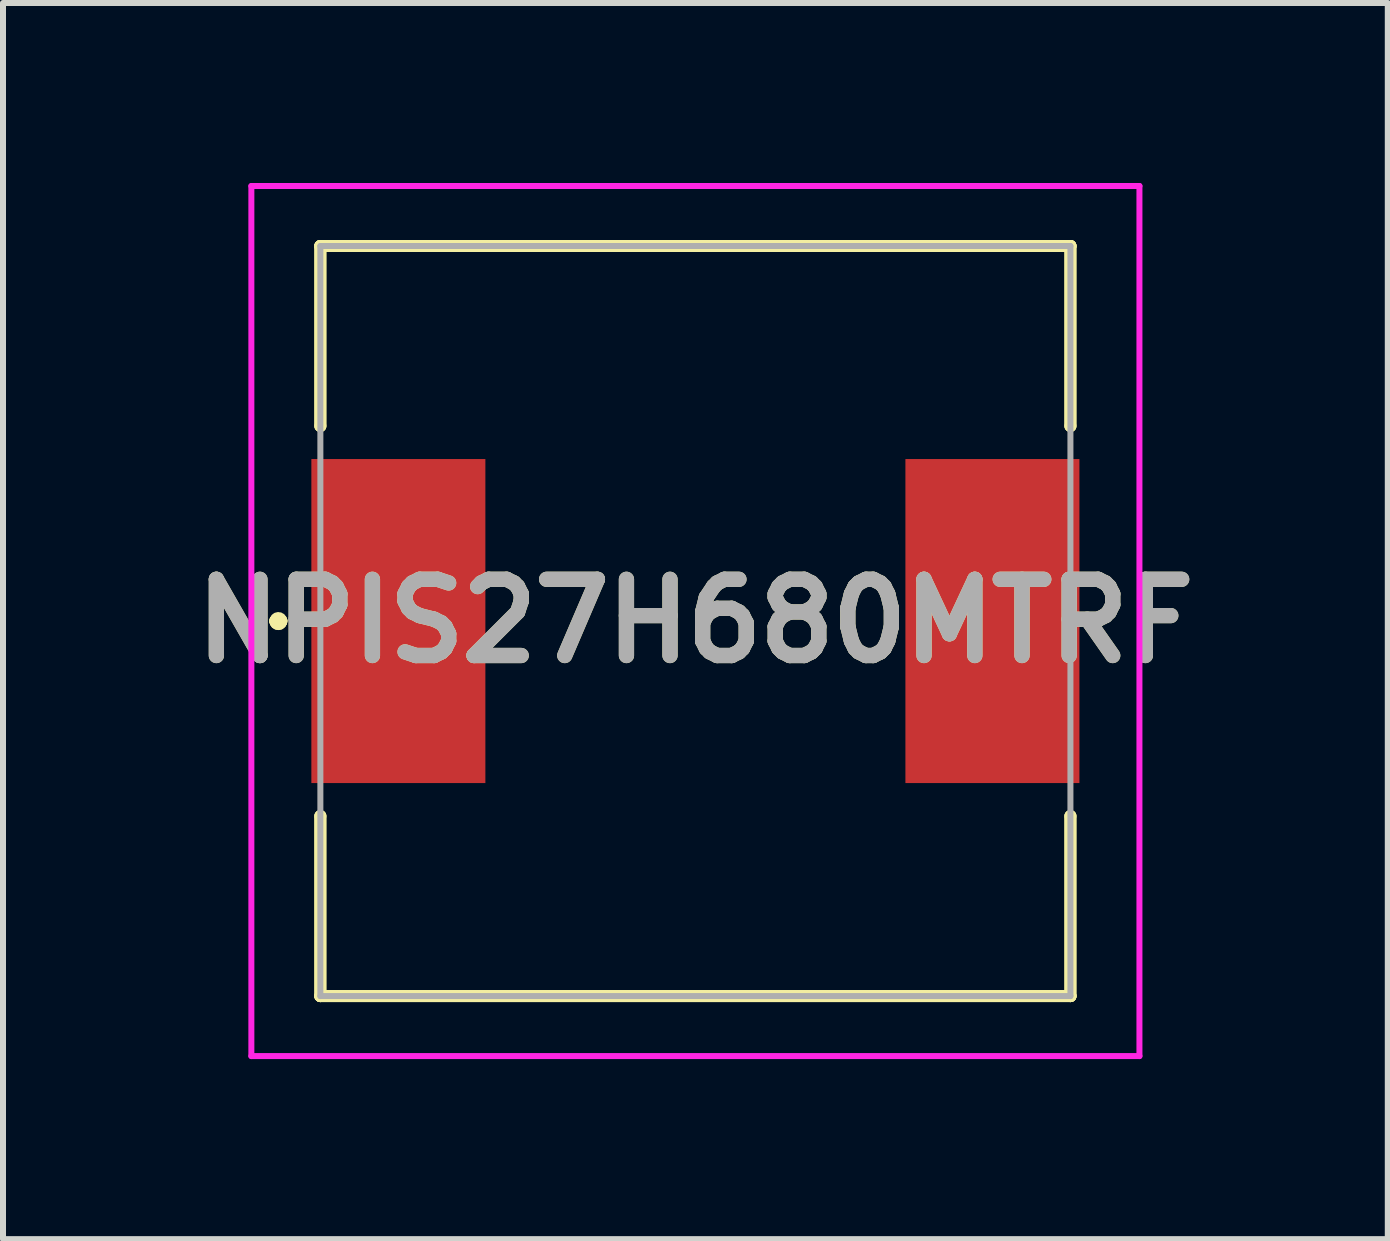
<source format=kicad_pcb>
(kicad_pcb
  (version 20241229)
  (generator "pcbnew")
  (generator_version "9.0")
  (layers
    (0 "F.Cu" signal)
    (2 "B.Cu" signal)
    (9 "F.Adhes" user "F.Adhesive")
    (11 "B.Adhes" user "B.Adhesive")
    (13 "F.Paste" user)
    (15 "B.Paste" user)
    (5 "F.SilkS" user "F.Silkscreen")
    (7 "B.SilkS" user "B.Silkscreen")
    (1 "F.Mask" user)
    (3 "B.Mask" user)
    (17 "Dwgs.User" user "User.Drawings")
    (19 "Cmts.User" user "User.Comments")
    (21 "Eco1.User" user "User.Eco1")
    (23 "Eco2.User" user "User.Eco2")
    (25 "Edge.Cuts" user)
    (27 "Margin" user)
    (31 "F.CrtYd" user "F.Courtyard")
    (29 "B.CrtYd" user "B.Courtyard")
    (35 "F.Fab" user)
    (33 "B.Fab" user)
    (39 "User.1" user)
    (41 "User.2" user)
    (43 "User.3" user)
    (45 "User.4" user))
  (footprint "NPIS27H680MTRF"
    (layer "F.Cu")
    (at 8.539 7.3)
    (property "Reference" "NPIS27H680MTRF" (at 0 0 0) (layer "F.SilkS") (effects (font (size 1.27 1.27) (thickness 0.254))))
    (attr smd)
    (fp_line (start -7 0) (end -7 0) (stroke (width 0.2) (type solid)) (layer "F.SilkS"))
    (fp_line (start -7 0) (end -7 0) (stroke (width 0.2) (type solid)) (layer "F.SilkS"))
    (fp_line (start -6.9 0) (end -6.9 0) (stroke (width 0.2) (type solid)) (layer "F.SilkS"))
    (fp_line (start -6.25 -6.25) (end -6.25 -6.25) (stroke (width 0.2) (type solid)) (layer "F.SilkS"))
    (fp_line (start -6.25 -6.25) (end -6.25 -6.25) (stroke (width 0.2) (type solid)) (layer "F.SilkS"))
    (fp_line (start -6.25 -6.25) (end -6.25 -3.25) (stroke (width 0.2) (type solid)) (layer "F.SilkS"))
    (fp_line (start -6.25 -6.25) (end 6.25 -6.25) (stroke (width 0.2) (type solid)) (layer "F.SilkS"))
    (fp_line (start -6.25 -3.25) (end -6.25 -6.25) (stroke (width 0.2) (type solid)) (layer "F.SilkS"))
    (fp_line (start -6.25 -3.25) (end -6.25 -3.25) (stroke (width 0.2) (type solid)) (layer "F.SilkS"))
    (fp_line (start -6.25 3.25) (end -6.25 3.25) (stroke (width 0.2) (type solid)) (layer "F.SilkS"))
    (fp_line (start -6.25 3.25) (end -6.25 6.25) (stroke (width 0.2) (type solid)) (layer "F.SilkS"))
    (fp_line (start -6.25 6.25) (end -6.25 3.25) (stroke (width 0.2) (type solid)) (layer "F.SilkS"))
    (fp_line (start -6.25 6.25) (end -6.25 6.25) (stroke (width 0.2) (type solid)) (layer "F.SilkS"))
    (fp_line (start -6.25 6.25) (end -6.25 6.25) (stroke (width 0.2) (type solid)) (layer "F.SilkS"))
    (fp_line (start -6.25 6.25) (end 6.25 6.25) (stroke (width 0.2) (type solid)) (layer "F.SilkS"))
    (fp_line (start 6.25 -6.25) (end -6.25 -6.25) (stroke (width 0.2) (type solid)) (layer "F.SilkS"))
    (fp_line (start 6.25 -6.25) (end 6.25 -6.25) (stroke (width 0.2) (type solid)) (layer "F.SilkS"))
    (fp_line (start 6.25 -6.25) (end 6.25 -6.25) (stroke (width 0.2) (type solid)) (layer "F.SilkS"))
    (fp_line (start 6.25 -6.25) (end 6.25 -3.25) (stroke (width 0.2) (type solid)) (layer "F.SilkS"))
    (fp_line (start 6.25 -3.25) (end 6.25 -6.25) (stroke (width 0.2) (type solid)) (layer "F.SilkS"))
    (fp_line (start 6.25 -3.25) (end 6.25 -3.25) (stroke (width 0.2) (type solid)) (layer "F.SilkS"))
    (fp_line (start 6.25 3.25) (end 6.25 3.25) (stroke (width 0.2) (type solid)) (layer "F.SilkS"))
    (fp_line (start 6.25 3.25) (end 6.25 6.25) (stroke (width 0.2) (type solid)) (layer "F.SilkS"))
    (fp_line (start 6.25 6.25) (end -6.25 6.25) (stroke (width 0.2) (type solid)) (layer "F.SilkS"))
    (fp_line (start 6.25 6.25) (end 6.25 3.25) (stroke (width 0.2) (type solid)) (layer "F.SilkS"))
    (fp_line (start 6.25 6.25) (end 6.25 6.25) (stroke (width 0.2) (type solid)) (layer "F.SilkS"))
    (fp_line (start 6.25 6.25) (end 6.25 6.25) (stroke (width 0.2) (type solid)) (layer "F.SilkS"))
    (fp_arc (start -7 0) (mid -6.95 -0.05) (end -6.9 0) (stroke (width 0.2) (type solid)) (layer "F.SilkS"))
    (fp_arc (start -6.9 0) (mid -6.95 0.05) (end -7 0) (stroke (width 0.2) (type solid)) (layer "F.SilkS"))
    (fp_arc (start -6.9 0) (mid -6.95 0.05) (end -7 0) (stroke (width 0.2) (type solid)) (layer "F.SilkS"))
    (fp_line (start -7.4 -7.25) (end 7.4 -7.25) (stroke (width 0.1) (type solid)) (layer "F.CrtYd"))
    (fp_line (start -7.4 7.25) (end -7.4 -7.25) (stroke (width 0.1) (type solid)) (layer "F.CrtYd"))
    (fp_line (start 7.4 -7.25) (end 7.4 7.25) (stroke (width 0.1) (type solid)) (layer "F.CrtYd"))
    (fp_line (start 7.4 7.25) (end -7.4 7.25) (stroke (width 0.1) (type solid)) (layer "F.CrtYd"))
    (fp_line (start -6.25 -6.25) (end -6.25 6.25) (stroke (width 0.1) (type solid)) (layer "F.Fab"))
    (fp_line (start -6.25 6.25) (end 6.25 6.25) (stroke (width 0.1) (type solid)) (layer "F.Fab"))
    (fp_line (start 6.25 -6.25) (end -6.25 -6.25) (stroke (width 0.1) (type solid)) (layer "F.Fab"))
    (fp_line (start 6.25 6.25) (end 6.25 -6.25) (stroke (width 0.1) (type solid)) (layer "F.Fab"))
    (fp_text user "${REFERENCE}" (at 0 0 0) (layer "F.Fab") (effects (font (size 1.27 1.27) (thickness 0.254))))
    (pad "1" smd rect (at -4.95 0) (size 2.9 5.4) (layers "F.Cu" "F.Mask" "F.Paste"))
    (pad "2" smd rect (at 4.95 0) (size 2.9 5.4) (layers "F.Cu" "F.Mask" "F.Paste")))
  (gr_rect
    (start -3 -3)
    (end 20.078 17.6)
    (stroke (width 0.1) (type default))
    (fill no)
    (layer "Edge.Cuts")))
</source>
